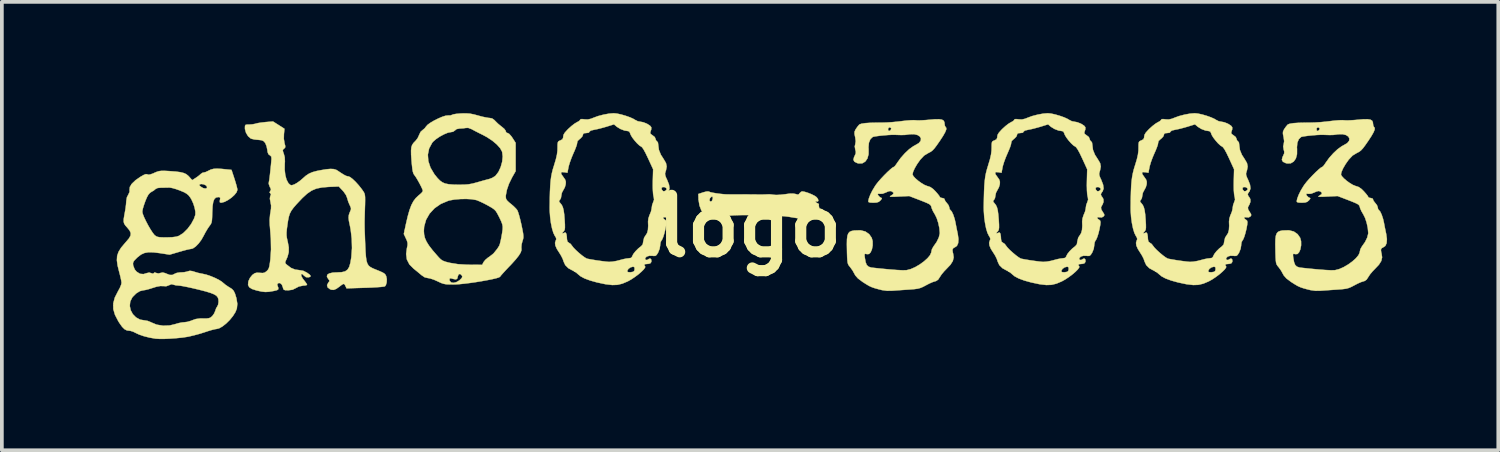
<source format=kicad_pcb>
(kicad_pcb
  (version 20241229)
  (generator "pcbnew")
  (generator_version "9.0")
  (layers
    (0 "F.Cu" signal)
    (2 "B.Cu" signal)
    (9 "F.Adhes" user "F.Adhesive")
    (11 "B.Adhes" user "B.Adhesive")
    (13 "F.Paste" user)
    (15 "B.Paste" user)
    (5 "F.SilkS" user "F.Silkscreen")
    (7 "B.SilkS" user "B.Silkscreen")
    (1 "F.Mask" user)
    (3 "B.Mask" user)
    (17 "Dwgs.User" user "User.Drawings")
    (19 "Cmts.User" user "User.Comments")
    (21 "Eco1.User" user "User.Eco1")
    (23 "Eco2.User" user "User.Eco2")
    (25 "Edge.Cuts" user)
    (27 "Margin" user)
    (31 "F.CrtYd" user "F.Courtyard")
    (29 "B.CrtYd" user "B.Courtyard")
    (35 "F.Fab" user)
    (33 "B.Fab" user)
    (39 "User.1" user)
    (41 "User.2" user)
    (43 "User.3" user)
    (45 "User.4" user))
  (footprint "logo"
    (layer "F.Cu")
    (at 17.171 3.053)
    (property "Reference" "logo" (at 0 0 0) (layer "F.SilkS") (effects (font (size 1.524 1.524) (thickness 0.3))))
    (attr through_hole)
    (fp_poly (pts (xy 1.488 -0.928) (xy 1.578 -0.9) (xy 1.674 -0.861) (xy 1.757 -0.819) (xy 1.806 -0.784) (xy 1.842 -0.736) (xy 1.854 -0.692) (xy 1.841 -0.668) (xy 1.816 -0.67) (xy 1.783 -0.671) (xy 1.778 -0.661) (xy 1.799 -0.636) (xy 1.829 -0.622) (xy 1.865 -0.602) (xy 1.868 -0.586) (xy 1.866 -0.55) (xy 1.878 -0.49) (xy 1.879 -0.485) (xy 1.889 -0.429) (xy 1.875 -0.382) (xy 1.831 -0.324) (xy 1.827 -0.32) (xy 1.765 -0.263) (xy 1.7 -0.226) (xy 1.683 -0.221) (xy 1.61 -0.206) (xy 1.562 -0.196) (xy 1.51 -0.193) (xy 1.429 -0.198) (xy 1.359 -0.207) (xy 1.241 -0.225) (xy 1.113 -0.246) (xy 1.054 -0.256) (xy 0.958 -0.268) (xy 0.825 -0.279) (xy 0.661 -0.287) (xy 0.478 -0.294) (xy 0.284 -0.299) (xy 0.089 -0.301) (xy -0.099 -0.302) (xy -0.271 -0.3) (xy -0.416 -0.295) (xy -0.526 -0.288) (xy -0.578 -0.281) (xy -0.645 -0.271) (xy -0.677 -0.277) (xy -0.686 -0.301) (xy -0.686 -0.308) (xy -0.705 -0.345) (xy -0.747 -0.356) (xy -0.79 -0.338) (xy -0.805 -0.319) (xy -0.845 -0.295) (xy -0.933 -0.28) (xy -0.996 -0.276) (xy -1.091 -0.274) (xy -1.153 -0.281) (xy -1.196 -0.3) (xy -1.23 -0.328) (xy -1.302 -0.426) (xy -1.353 -0.56) (xy -1.377 -0.711) (xy -1.084 -0.711) (xy -1.077 -0.682) (xy -1.047 -0.664) (xy -1.016 -0.685) (xy -0.996 -0.738) (xy -0.995 -0.745) (xy -0.996 -0.792) (xy -1.018 -0.8) (xy -1.025 -0.798) (xy -1.067 -0.762) (xy -1.084 -0.711) (xy -1.377 -0.711) (xy -1.378 -0.715) (xy -1.379 -0.733) (xy -1.384 -0.87) (xy -1.252 -0.914) (xy -1.165 -0.937) (xy -1.109 -0.939) (xy -1.096 -0.934) (xy -1.06 -0.919) (xy -0.987 -0.903) (xy -0.891 -0.887) (xy -0.785 -0.873) (xy -0.682 -0.863) (xy -0.598 -0.859) (xy -0.584 -0.859) (xy -0.51 -0.86) (xy -0.398 -0.86) (xy -0.262 -0.86) (xy -0.115 -0.859) (xy 0.031 -0.858) (xy 0.161 -0.857) (xy 0.229 -0.856) (xy 0.329 -0.856) (xy 0.419 -0.857) (xy 0.47 -0.86) (xy 0.548 -0.861) (xy 0.636 -0.851) (xy 0.644 -0.849) (xy 0.719 -0.844) (xy 0.826 -0.849) (xy 0.943 -0.862) (xy 0.952 -0.863) (xy 1.078 -0.88) (xy 1.168 -0.882) (xy 1.234 -0.871) (xy 1.241 -0.869) (xy 1.299 -0.854) (xy 1.33 -0.865) (xy 1.347 -0.89) (xy 1.389 -0.93) (xy 1.422 -0.94) (xy 1.488 -0.928)) (stroke (width 0.01) (type solid)) (fill yes) (layer "F.SilkS"))
    (fp_poly (pts (xy -7.546 -3.038) (xy -7.436 -3.016) (xy -7.329 -2.987) (xy -7.218 -2.957) (xy -7.115 -2.935) (xy -7.038 -2.922) (xy -7.017 -2.921) (xy -6.946 -2.908) (xy -6.883 -2.862) (xy -6.858 -2.836) (xy -6.788 -2.767) (xy -6.705 -2.698) (xy -6.681 -2.68) (xy -6.619 -2.628) (xy -6.583 -2.579) (xy -6.579 -2.562) (xy -6.559 -2.522) (xy -6.53 -2.515) (xy -6.486 -2.492) (xy -6.429 -2.428) (xy -6.397 -2.382) (xy -6.312 -2.249) (xy -6.312 -1.486) (xy -6.41 -1.314) (xy -6.492 -1.146) (xy -6.549 -0.98) (xy -6.577 -0.832) (xy -6.578 -0.794) (xy -6.572 -0.743) (xy -6.546 -0.698) (xy -6.492 -0.645) (xy -6.445 -0.607) (xy -6.368 -0.542) (xy -6.303 -0.477) (xy -6.268 -0.434) (xy -6.247 -0.384) (xy -6.219 -0.295) (xy -6.189 -0.181) (xy -6.159 -0.053) (xy -6.156 -0.04) (xy -6.129 0.094) (xy -6.111 0.19) (xy -6.104 0.258) (xy -6.104 0.309) (xy -6.113 0.354) (xy -6.129 0.403) (xy -6.151 0.488) (xy -6.158 0.565) (xy -6.156 0.589) (xy -6.155 0.645) (xy -6.177 0.71) (xy -6.226 0.79) (xy -6.305 0.89) (xy -6.417 1.015) (xy -6.491 1.092) (xy -6.578 1.184) (xy -6.652 1.265) (xy -6.706 1.326) (xy -6.732 1.36) (xy -6.733 1.362) (xy -6.763 1.38) (xy -6.834 1.402) (xy -6.94 1.427) (xy -7.071 1.453) (xy -7.22 1.48) (xy -7.378 1.506) (xy -7.537 1.529) (xy -7.69 1.548) (xy -7.826 1.562) (xy -7.94 1.569) (xy -7.976 1.57) (xy -8.098 1.569) (xy -8.186 1.565) (xy -8.255 1.552) (xy -8.321 1.53) (xy -8.399 1.494) (xy -8.42 1.484) (xy -8.517 1.441) (xy -8.598 1.414) (xy -8.096 1.414) (xy -8.094 1.458) (xy -8.091 1.471) (xy -8.054 1.514) (xy -7.991 1.527) (xy -7.913 1.509) (xy -7.833 1.463) (xy -7.817 1.449) (xy -7.766 1.398) (xy -7.751 1.362) (xy -7.762 1.329) (xy -7.805 1.288) (xy -7.845 1.293) (xy -7.869 1.341) (xy -7.87 1.346) (xy -7.887 1.412) (xy -7.922 1.435) (xy -7.987 1.423) (xy -7.998 1.42) (xy -8.066 1.402) (xy -8.096 1.414) (xy -8.598 1.414) (xy -8.608 1.41) (xy -8.675 1.397) (xy -8.68 1.397) (xy -8.765 1.377) (xy -8.855 1.316) (xy -8.858 1.313) (xy -8.939 1.245) (xy -9.029 1.171) (xy -9.062 1.145) (xy -9.177 1.03) (xy -9.245 0.898) (xy -9.265 0.748) (xy -9.245 0.594) (xy -9.227 0.51) (xy -9.227 0.449) (xy -9.245 0.387) (xy -9.27 0.332) (xy -9.328 0.208) (xy -9.31 0.124) (xy -8.788 0.124) (xy -8.781 0.224) (xy -8.759 0.318) (xy -8.716 0.415) (xy -8.65 0.521) (xy -8.556 0.643) (xy -8.429 0.79) (xy -8.382 0.843) (xy -8.332 0.893) (xy -8.28 0.928) (xy -8.212 0.955) (xy -8.114 0.981) (xy -8.077 0.989) (xy -7.867 1.023) (xy -7.615 1.038) (xy -7.538 1.039) (xy -7.215 1.041) (xy -7.176 0.966) (xy -7.131 0.909) (xy -7.061 0.849) (xy -7.021 0.823) (xy -6.909 0.735) (xy -6.804 0.605) (xy -6.753 0.523) (xy -6.737 0.478) (xy -6.717 0.398) (xy -6.696 0.298) (xy -6.678 0.193) (xy -6.664 0.097) (xy -6.662 0.076) (xy -6.66 0.011) (xy -6.672 -0.054) (xy -6.701 -0.132) (xy -6.751 -0.238) (xy -6.753 -0.242) (xy -6.803 -0.338) (xy -6.843 -0.404) (xy -6.888 -0.452) (xy -6.949 -0.496) (xy -7.039 -0.548) (xy -7.066 -0.563) (xy -7.172 -0.619) (xy -7.274 -0.667) (xy -7.355 -0.701) (xy -7.379 -0.708) (xy -7.496 -0.729) (xy -7.644 -0.737) (xy -7.805 -0.734) (xy -7.961 -0.721) (xy -8.095 -0.697) (xy -8.13 -0.687) (xy -8.33 -0.603) (xy -8.499 -0.486) (xy -8.633 -0.341) (xy -8.728 -0.175) (xy -8.78 0.008) (xy -8.788 0.124) (xy -9.31 0.124) (xy -9.272 -0.055) (xy -9.223 -0.266) (xy -9.175 -0.435) (xy -9.125 -0.569) (xy -9.07 -0.674) (xy -9.005 -0.76) (xy -8.926 -0.834) (xy -8.902 -0.853) (xy -8.848 -0.902) (xy -8.817 -0.944) (xy -8.814 -0.955) (xy -8.826 -0.995) (xy -8.858 -1.066) (xy -8.903 -1.153) (xy -8.953 -1.243) (xy -9.001 -1.323) (xy -9.041 -1.379) (xy -9.047 -1.386) (xy -9.068 -1.42) (xy -9.085 -1.475) (xy -9.099 -1.558) (xy -9.112 -1.679) (xy -9.12 -1.772) (xy -9.131 -1.927) (xy -9.131 -1.932) (xy -8.68 -1.932) (xy -8.668 -1.759) (xy -8.609 -1.581) (xy -8.504 -1.404) (xy -8.419 -1.299) (xy -8.353 -1.232) (xy -8.287 -1.184) (xy -8.212 -1.152) (xy -8.117 -1.133) (xy -7.99 -1.123) (xy -7.845 -1.12) (xy -7.7 -1.122) (xy -7.583 -1.131) (xy -7.474 -1.151) (xy -7.35 -1.184) (xy -7.236 -1.217) (xy -7.128 -1.247) (xy -7.044 -1.269) (xy -7.023 -1.274) (xy -6.938 -1.307) (xy -6.862 -1.356) (xy -6.853 -1.363) (xy -6.776 -1.464) (xy -6.715 -1.595) (xy -6.675 -1.739) (xy -6.66 -1.881) (xy -6.675 -2.003) (xy -6.678 -2.013) (xy -6.729 -2.106) (xy -6.819 -2.206) (xy -6.94 -2.308) (xy -7.084 -2.403) (xy -7.189 -2.46) (xy -7.296 -2.513) (xy -7.396 -2.564) (xy -7.473 -2.605) (xy -7.493 -2.617) (xy -7.591 -2.654) (xy -7.654 -2.652) (xy -7.732 -2.641) (xy -7.818 -2.637) (xy -7.819 -2.637) (xy -7.905 -2.621) (xy -7.945 -2.588) (xy -8 -2.549) (xy -8.056 -2.54) (xy -8.139 -2.524) (xy -8.243 -2.481) (xy -8.355 -2.421) (xy -8.459 -2.351) (xy -8.54 -2.28) (xy -8.563 -2.252) (xy -8.646 -2.098) (xy -8.68 -1.932) (xy -9.131 -1.932) (xy -9.133 -2.041) (xy -9.125 -2.126) (xy -9.105 -2.19) (xy -9.069 -2.245) (xy -9.016 -2.3) (xy -9.006 -2.31) (xy -8.954 -2.378) (xy -8.916 -2.46) (xy -8.915 -2.464) (xy -8.875 -2.547) (xy -8.826 -2.591) (xy -8.766 -2.64) (xy -8.73 -2.688) (xy -8.689 -2.735) (xy -8.612 -2.791) (xy -8.512 -2.85) (xy -8.402 -2.905) (xy -8.295 -2.951) (xy -8.203 -2.981) (xy -8.138 -2.988) (xy -8.137 -2.988) (xy -8.073 -2.988) (xy -8.03 -3.004) (xy -8.03 -3.004) (xy -7.993 -3.018) (xy -7.919 -3.031) (xy -7.821 -3.04) (xy -7.779 -3.043) (xy -7.652 -3.045) (xy -7.546 -3.038)) (stroke (width 0.01) (type solid)) (fill yes) (layer "F.SilkS"))
    (fp_poly (pts (xy -12.702 -2.728) (xy -12.548 -2.629) (xy -12.562 -2.486) (xy -12.565 -2.359) (xy -12.547 -2.244) (xy -12.545 -2.236) (xy -12.527 -2.166) (xy -12.528 -2.127) (xy -12.55 -2.1) (xy -12.559 -2.093) (xy -12.587 -2.068) (xy -12.593 -2.038) (xy -12.578 -1.986) (xy -12.566 -1.955) (xy -12.541 -1.862) (xy -12.536 -1.749) (xy -12.54 -1.682) (xy -12.542 -1.528) (xy -12.526 -1.383) (xy -12.493 -1.259) (xy -12.446 -1.169) (xy -12.431 -1.151) (xy -12.389 -1.114) (xy -12.353 -1.105) (xy -12.301 -1.121) (xy -12.277 -1.13) (xy -12.207 -1.17) (xy -12.123 -1.23) (xy -12.065 -1.28) (xy -11.972 -1.362) (xy -11.887 -1.418) (xy -11.793 -1.459) (xy -11.675 -1.491) (xy -11.585 -1.509) (xy -11.426 -1.536) (xy -11.307 -1.547) (xy -11.218 -1.542) (xy -11.15 -1.521) (xy -11.123 -1.505) (xy -11.016 -1.434) (xy -10.942 -1.388) (xy -10.89 -1.361) (xy -10.853 -1.349) (xy -10.826 -1.346) (xy -10.779 -1.327) (xy -10.71 -1.275) (xy -10.629 -1.198) (xy -10.545 -1.105) (xy -10.465 -1.004) (xy -10.435 -0.961) (xy -10.408 -0.921) (xy -10.39 -0.885) (xy -10.379 -0.844) (xy -10.373 -0.786) (xy -10.372 -0.705) (xy -10.374 -0.589) (xy -10.378 -0.475) (xy -10.382 -0.332) (xy -10.385 -0.222) (xy -10.387 -0.131) (xy -10.387 -0.051) (xy -10.386 0.03) (xy -10.384 0.123) (xy -10.379 0.239) (xy -10.374 0.388) (xy -10.369 0.5) (xy -10.361 0.684) (xy -10.35 0.825) (xy -10.335 0.93) (xy -10.312 1.006) (xy -10.278 1.061) (xy -10.23 1.101) (xy -10.166 1.135) (xy -10.107 1.16) (xy -9.99 1.207) (xy -9.911 1.242) (xy -9.861 1.27) (xy -9.831 1.297) (xy -9.812 1.329) (xy -9.804 1.347) (xy -9.787 1.425) (xy -9.791 1.512) (xy -9.812 1.586) (xy -9.837 1.62) (xy -9.871 1.628) (xy -9.947 1.637) (xy -10.058 1.645) (xy -10.195 1.653) (xy -10.349 1.659) (xy -10.37 1.659) (xy -10.873 1.675) (xy -10.902 1.612) (xy -10.925 1.568) (xy -10.951 1.554) (xy -10.99 1.571) (xy -11.055 1.62) (xy -11.06 1.625) (xy -11.149 1.688) (xy -11.218 1.716) (xy -11.281 1.713) (xy -11.321 1.697) (xy -11.384 1.648) (xy -11.399 1.587) (xy -11.365 1.522) (xy -11.335 1.482) (xy -11.342 1.451) (xy -11.363 1.427) (xy -11.402 1.362) (xy -11.394 1.31) (xy -11.34 1.273) (xy -11.241 1.25) (xy -11.125 1.245) (xy -11.003 1.239) (xy -10.912 1.217) (xy -10.847 1.172) (xy -10.801 1.097) (xy -10.769 0.986) (xy -10.743 0.83) (xy -10.743 0.824) (xy -10.726 0.588) (xy -10.733 0.334) (xy -10.762 0.087) (xy -10.783 -0.021) (xy -10.809 -0.143) (xy -10.818 -0.232) (xy -10.811 -0.303) (xy -10.788 -0.37) (xy -10.78 -0.389) (xy -10.756 -0.446) (xy -10.754 -0.491) (xy -10.776 -0.548) (xy -10.789 -0.574) (xy -10.826 -0.66) (xy -10.852 -0.747) (xy -10.856 -0.762) (xy -10.888 -0.842) (xy -10.951 -0.933) (xy -10.977 -0.962) (xy -11.082 -1.073) (xy -11.351 -1.062) (xy -11.535 -1.047) (xy -11.685 -1.017) (xy -11.813 -0.963) (xy -11.934 -0.881) (xy -12.063 -0.763) (xy -12.107 -0.717) (xy -12.221 -0.596) (xy -12.304 -0.5) (xy -12.363 -0.419) (xy -12.404 -0.34) (xy -12.431 -0.254) (xy -12.452 -0.149) (xy -12.467 -0.049) (xy -12.484 0.078) (xy -12.492 0.17) (xy -12.492 0.243) (xy -12.484 0.311) (xy -12.467 0.39) (xy -12.46 0.418) (xy -12.432 0.57) (xy -12.433 0.698) (xy -12.465 0.821) (xy -12.496 0.893) (xy -12.523 0.954) (xy -12.527 0.99) (xy -12.505 1.02) (xy -12.487 1.036) (xy -12.371 1.124) (xy -12.258 1.17) (xy -12.166 1.181) (xy -12.04 1.202) (xy -11.94 1.253) (xy -11.868 1.306) (xy -11.841 1.342) (xy -11.857 1.365) (xy -11.902 1.378) (xy -11.967 1.373) (xy -12.025 1.328) (xy -12.066 1.289) (xy -12.089 1.288) (xy -12.098 1.305) (xy -12.091 1.349) (xy -12.052 1.416) (xy -12.026 1.449) (xy -11.977 1.512) (xy -11.945 1.56) (xy -11.938 1.577) (xy -11.961 1.592) (xy -12.017 1.6) (xy -12.038 1.6) (xy -12.16 1.625) (xy -12.233 1.664) (xy -12.33 1.712) (xy -12.442 1.727) (xy -12.45 1.727) (xy -12.525 1.725) (xy -12.564 1.713) (xy -12.582 1.682) (xy -12.589 1.652) (xy -12.619 1.573) (xy -12.666 1.533) (xy -12.715 1.534) (xy -12.743 1.565) (xy -12.738 1.594) (xy -12.714 1.66) (xy -12.714 1.699) (xy -12.747 1.723) (xy -12.82 1.742) (xy -12.846 1.747) (xy -12.963 1.767) (xy -13.062 1.773) (xy -13.162 1.762) (xy -13.287 1.735) (xy -13.307 1.73) (xy -13.425 1.691) (xy -13.497 1.645) (xy -13.529 1.584) (xy -13.524 1.504) (xy -13.516 1.474) (xy -13.476 1.39) (xy -13.416 1.316) (xy -13.408 1.309) (xy -13.35 1.268) (xy -13.293 1.253) (xy -13.212 1.257) (xy -13.212 1.257) (xy -13.131 1.262) (xy -13.077 1.248) (xy -13.026 1.21) (xy -12.994 1.176) (xy -12.971 1.136) (xy -12.954 1.076) (xy -12.94 0.987) (xy -12.927 0.888) (xy -12.91 0.628) (xy -12.915 0.33) (xy -12.941 -0.002) (xy -12.944 -0.035) (xy -12.948 -0.17) (xy -12.935 -0.319) (xy -12.927 -0.362) (xy -12.91 -0.475) (xy -12.908 -0.561) (xy -12.922 -0.641) (xy -12.924 -0.652) (xy -12.941 -0.74) (xy -12.934 -0.8) (xy -12.926 -0.817) (xy -12.911 -0.864) (xy -12.931 -0.89) (xy -12.951 -0.914) (xy -12.931 -0.95) (xy -12.93 -0.95) (xy -12.912 -0.987) (xy -12.924 -1.03) (xy -12.941 -1.057) (xy -12.972 -1.143) (xy -12.968 -1.19) (xy -12.957 -1.249) (xy -12.944 -1.35) (xy -12.929 -1.486) (xy -12.912 -1.649) (xy -12.897 -1.816) (xy -12.903 -1.879) (xy -12.94 -1.914) (xy -12.945 -1.916) (xy -12.981 -1.945) (xy -13.002 -2.001) (xy -13.011 -2.064) (xy -13.029 -2.154) (xy -13.06 -2.233) (xy -13.074 -2.256) (xy -13.113 -2.298) (xy -13.164 -2.32) (xy -13.244 -2.33) (xy -13.261 -2.331) (xy -13.351 -2.34) (xy -13.428 -2.357) (xy -13.457 -2.367) (xy -13.528 -2.428) (xy -13.584 -2.52) (xy -13.613 -2.622) (xy -13.614 -2.651) (xy -13.612 -2.708) (xy -13.596 -2.735) (xy -13.552 -2.743) (xy -13.502 -2.743) (xy -13.415 -2.749) (xy -13.339 -2.763) (xy -13.324 -2.768) (xy -13.267 -2.782) (xy -13.178 -2.796) (xy -13.074 -2.808) (xy -13.058 -2.81) (xy -12.857 -2.826) (xy -12.702 -2.728)) (stroke (width 0.01) (type solid)) (fill yes) (layer "F.SilkS"))
    (fp_poly (pts (xy 5.189 -2.875) (xy 5.235 -2.847) (xy 5.255 -2.803) (xy 5.258 -2.771) (xy 5.266 -2.712) (xy 5.283 -2.68) (xy 5.305 -2.652) (xy 5.302 -2.606) (xy 5.274 -2.536) (xy 5.218 -2.437) (xy 5.132 -2.305) (xy 5.127 -2.298) (xy 5.047 -2.183) (xy 4.986 -2.102) (xy 4.936 -2.048) (xy 4.889 -2.011) (xy 4.836 -1.983) (xy 4.823 -1.977) (xy 4.707 -1.907) (xy 4.603 -1.796) (xy 4.601 -1.794) (xy 4.518 -1.676) (xy 4.452 -1.563) (xy 4.409 -1.466) (xy 4.394 -1.399) (xy 4.415 -1.354) (xy 4.469 -1.294) (xy 4.545 -1.228) (xy 4.631 -1.166) (xy 4.716 -1.115) (xy 4.789 -1.085) (xy 4.803 -1.082) (xy 4.875 -1.057) (xy 4.952 -1.002) (xy 5.013 -0.941) (xy 5.072 -0.874) (xy 5.115 -0.819) (xy 5.131 -0.788) (xy 5.153 -0.769) (xy 5.194 -0.762) (xy 5.245 -0.749) (xy 5.258 -0.725) (xy 5.275 -0.683) (xy 5.316 -0.63) (xy 5.321 -0.625) (xy 5.365 -0.568) (xy 5.385 -0.514) (xy 5.385 -0.511) (xy 5.396 -0.461) (xy 5.41 -0.444) (xy 5.452 -0.397) (xy 5.493 -0.31) (xy 5.53 -0.197) (xy 5.552 -0.102) (xy 5.574 0.015) (xy 5.599 0.138) (xy 5.614 0.208) (xy 5.633 0.346) (xy 5.625 0.455) (xy 5.591 0.53) (xy 5.551 0.558) (xy 5.493 0.59) (xy 5.471 0.633) (xy 5.48 0.704) (xy 5.488 0.733) (xy 5.504 0.838) (xy 5.481 0.937) (xy 5.417 1.038) (xy 5.322 1.138) (xy 5.245 1.218) (xy 5.176 1.301) (xy 5.133 1.367) (xy 5.085 1.44) (xy 5.03 1.477) (xy 4.998 1.486) (xy 4.934 1.507) (xy 4.845 1.546) (xy 4.751 1.595) (xy 4.75 1.596) (xy 4.671 1.637) (xy 4.604 1.665) (xy 4.533 1.684) (xy 4.443 1.696) (xy 4.319 1.706) (xy 4.305 1.707) (xy 4.168 1.716) (xy 4.026 1.726) (xy 3.903 1.735) (xy 3.848 1.739) (xy 3.707 1.741) (xy 3.571 1.722) (xy 3.482 1.7) (xy 3.374 1.67) (xy 3.294 1.642) (xy 3.224 1.61) (xy 3.149 1.566) (xy 3.05 1.503) (xy 3.031 1.489) (xy 2.921 1.406) (xy 2.851 1.326) (xy 2.827 1.283) (xy 2.778 1.194) (xy 2.717 1.109) (xy 2.708 1.098) (xy 2.679 1.063) (xy 2.659 1.03) (xy 2.645 0.988) (xy 2.637 0.929) (xy 2.631 0.841) (xy 2.627 0.716) (xy 2.626 0.658) (xy 2.623 0.482) (xy 2.626 0.351) (xy 2.638 0.256) (xy 2.662 0.192) (xy 2.698 0.151) (xy 2.751 0.128) (xy 2.823 0.114) (xy 2.827 0.114) (xy 2.991 0.109) (xy 3.122 0.142) (xy 3.224 0.213) (xy 3.293 0.312) (xy 3.318 0.403) (xy 3.319 0.515) (xy 3.298 0.626) (xy 3.263 0.704) (xy 3.221 0.748) (xy 3.17 0.753) (xy 3.157 0.75) (xy 3.118 0.743) (xy 3.101 0.754) (xy 3.101 0.796) (xy 3.108 0.852) (xy 3.129 0.969) (xy 3.159 1.045) (xy 3.207 1.09) (xy 3.279 1.114) (xy 3.328 1.12) (xy 3.574 1.146) (xy 3.79 1.166) (xy 3.971 1.18) (xy 4.112 1.187) (xy 4.21 1.186) (xy 4.238 1.184) (xy 4.348 1.155) (xy 4.468 1.102) (xy 4.589 1.031) (xy 4.702 0.949) (xy 4.798 0.863) (xy 4.867 0.78) (xy 4.9 0.706) (xy 4.902 0.688) (xy 4.919 0.617) (xy 4.96 0.545) (xy 4.962 0.542) (xy 5.044 0.426) (xy 5.102 0.307) (xy 5.129 0.201) (xy 5.13 0.178) (xy 5.118 0.048) (xy 5.088 -0.092) (xy 5.046 -0.222) (xy 4.996 -0.323) (xy 4.991 -0.33) (xy 4.945 -0.409) (xy 4.911 -0.488) (xy 4.905 -0.511) (xy 4.895 -0.545) (xy 4.876 -0.573) (xy 4.84 -0.6) (xy 4.779 -0.63) (xy 4.684 -0.669) (xy 4.597 -0.703) (xy 4.305 -0.815) (xy 4.026 -0.802) (xy 3.905 -0.796) (xy 3.829 -0.795) (xy 3.791 -0.798) (xy 3.785 -0.806) (xy 3.804 -0.82) (xy 3.816 -0.827) (xy 3.873 -0.867) (xy 3.88 -0.903) (xy 3.839 -0.938) (xy 3.836 -0.94) (xy 3.79 -0.951) (xy 3.732 -0.937) (xy 3.68 -0.913) (xy 3.589 -0.878) (xy 3.517 -0.874) (xy 3.515 -0.875) (xy 3.469 -0.878) (xy 3.454 -0.866) (xy 3.473 -0.826) (xy 3.515 -0.784) (xy 3.558 -0.762) (xy 3.562 -0.762) (xy 3.566 -0.746) (xy 3.539 -0.708) (xy 3.531 -0.699) (xy 3.484 -0.659) (xy 3.426 -0.64) (xy 3.339 -0.635) (xy 3.336 -0.635) (xy 3.253 -0.639) (xy 3.211 -0.651) (xy 3.2 -0.673) (xy 3.215 -0.745) (xy 3.253 -0.846) (xy 3.309 -0.96) (xy 3.378 -1.075) (xy 3.413 -1.127) (xy 3.471 -1.201) (xy 3.547 -1.287) (xy 3.631 -1.376) (xy 3.715 -1.46) (xy 3.792 -1.531) (xy 3.853 -1.581) (xy 3.889 -1.6) (xy 3.89 -1.6) (xy 3.915 -1.62) (xy 3.954 -1.67) (xy 3.981 -1.711) (xy 4.076 -1.843) (xy 4.187 -1.968) (xy 4.303 -2.077) (xy 4.414 -2.157) (xy 4.467 -2.186) (xy 4.563 -2.242) (xy 4.614 -2.304) (xy 4.622 -2.365) (xy 4.593 -2.42) (xy 4.529 -2.461) (xy 4.436 -2.484) (xy 4.316 -2.481) (xy 4.285 -2.476) (xy 4.194 -2.464) (xy 4.091 -2.461) (xy 3.959 -2.465) (xy 3.918 -2.467) (xy 3.846 -2.467) (xy 3.746 -2.462) (xy 3.633 -2.453) (xy 3.52 -2.442) (xy 3.421 -2.429) (xy 3.349 -2.417) (xy 3.321 -2.409) (xy 3.257 -2.349) (xy 3.217 -2.252) (xy 3.206 -2.129) (xy 3.209 -2.084) (xy 3.208 -1.943) (xy 3.177 -1.828) (xy 3.119 -1.745) (xy 3.04 -1.698) (xy 2.942 -1.694) (xy 2.903 -1.704) (xy 2.829 -1.74) (xy 2.8 -1.791) (xy 2.816 -1.862) (xy 2.833 -1.897) (xy 2.863 -1.966) (xy 2.863 -2.022) (xy 2.851 -2.06) (xy 2.836 -2.155) (xy 2.849 -2.211) (xy 2.862 -2.294) (xy 2.848 -2.4) (xy 2.845 -2.413) (xy 2.829 -2.492) (xy 2.83 -2.547) (xy 2.852 -2.599) (xy 2.863 -2.616) (xy 3.734 -2.616) (xy 3.746 -2.572) (xy 3.778 -2.573) (xy 3.807 -2.599) (xy 3.821 -2.641) (xy 3.791 -2.665) (xy 3.768 -2.667) (xy 3.74 -2.646) (xy 3.734 -2.616) (xy 2.863 -2.616) (xy 2.868 -2.626) (xy 2.913 -2.69) (xy 2.955 -2.739) (xy 2.961 -2.745) (xy 3.014 -2.765) (xy 3.114 -2.781) (xy 3.261 -2.791) (xy 3.451 -2.795) (xy 3.581 -2.795) (xy 3.699 -2.799) (xy 3.846 -2.808) (xy 3.999 -2.823) (xy 4.098 -2.835) (xy 4.225 -2.85) (xy 4.34 -2.859) (xy 4.43 -2.862) (xy 4.479 -2.859) (xy 4.537 -2.855) (xy 4.631 -2.857) (xy 4.747 -2.864) (xy 4.839 -2.872) (xy 4.997 -2.886) (xy 5.112 -2.887) (xy 5.189 -2.875)) (stroke (width 0.01) (type solid)) (fill yes) (layer "F.SilkS"))
    (fp_poly (pts (xy 16.746 -2.875) (xy 16.792 -2.847) (xy 16.812 -2.803) (xy 16.815 -2.771) (xy 16.823 -2.712) (xy 16.84 -2.68) (xy 16.862 -2.652) (xy 16.859 -2.606) (xy 16.831 -2.536) (xy 16.775 -2.437) (xy 16.689 -2.305) (xy 16.684 -2.298) (xy 16.604 -2.183) (xy 16.543 -2.102) (xy 16.493 -2.048) (xy 16.446 -2.011) (xy 16.393 -1.983) (xy 16.38 -1.977) (xy 16.264 -1.907) (xy 16.16 -1.796) (xy 16.158 -1.794) (xy 16.075 -1.676) (xy 16.009 -1.563) (xy 15.966 -1.466) (xy 15.951 -1.399) (xy 15.972 -1.354) (xy 16.026 -1.294) (xy 16.102 -1.228) (xy 16.188 -1.166) (xy 16.273 -1.115) (xy 16.346 -1.085) (xy 16.36 -1.082) (xy 16.432 -1.057) (xy 16.509 -1.002) (xy 16.57 -0.941) (xy 16.629 -0.874) (xy 16.672 -0.819) (xy 16.688 -0.788) (xy 16.71 -0.769) (xy 16.751 -0.762) (xy 16.802 -0.749) (xy 16.815 -0.725) (xy 16.832 -0.683) (xy 16.873 -0.63) (xy 16.878 -0.625) (xy 16.922 -0.568) (xy 16.942 -0.514) (xy 16.942 -0.511) (xy 16.953 -0.461) (xy 16.967 -0.444) (xy 17.009 -0.397) (xy 17.05 -0.31) (xy 17.087 -0.197) (xy 17.109 -0.102) (xy 17.131 0.015) (xy 17.156 0.138) (xy 17.171 0.208) (xy 17.19 0.346) (xy 17.182 0.455) (xy 17.148 0.53) (xy 17.108 0.558) (xy 17.05 0.59) (xy 17.028 0.633) (xy 17.037 0.704) (xy 17.045 0.733) (xy 17.061 0.838) (xy 17.038 0.937) (xy 16.974 1.038) (xy 16.879 1.138) (xy 16.802 1.218) (xy 16.733 1.301) (xy 16.69 1.367) (xy 16.642 1.44) (xy 16.587 1.477) (xy 16.555 1.486) (xy 16.491 1.507) (xy 16.402 1.546) (xy 16.308 1.595) (xy 16.307 1.596) (xy 16.228 1.637) (xy 16.161 1.665) (xy 16.09 1.684) (xy 16 1.696) (xy 15.876 1.706) (xy 15.862 1.707) (xy 15.725 1.716) (xy 15.583 1.726) (xy 15.46 1.735) (xy 15.405 1.739) (xy 15.264 1.741) (xy 15.128 1.722) (xy 15.039 1.7) (xy 14.931 1.67) (xy 14.851 1.642) (xy 14.781 1.61) (xy 14.706 1.566) (xy 14.607 1.503) (xy 14.588 1.489) (xy 14.478 1.406) (xy 14.408 1.326) (xy 14.384 1.283) (xy 14.335 1.194) (xy 14.274 1.109) (xy 14.265 1.098) (xy 14.236 1.063) (xy 14.216 1.03) (xy 14.202 0.988) (xy 14.194 0.929) (xy 14.188 0.841) (xy 14.184 0.716) (xy 14.183 0.658) (xy 14.18 0.482) (xy 14.183 0.351) (xy 14.195 0.256) (xy 14.219 0.192) (xy 14.255 0.151) (xy 14.308 0.128) (xy 14.38 0.114) (xy 14.384 0.114) (xy 14.548 0.109) (xy 14.679 0.142) (xy 14.781 0.213) (xy 14.85 0.312) (xy 14.875 0.403) (xy 14.876 0.515) (xy 14.855 0.626) (xy 14.82 0.704) (xy 14.778 0.748) (xy 14.727 0.753) (xy 14.714 0.75) (xy 14.675 0.743) (xy 14.658 0.754) (xy 14.658 0.796) (xy 14.665 0.852) (xy 14.686 0.969) (xy 14.716 1.045) (xy 14.764 1.09) (xy 14.836 1.114) (xy 14.885 1.12) (xy 15.131 1.146) (xy 15.347 1.166) (xy 15.528 1.18) (xy 15.669 1.187) (xy 15.767 1.186) (xy 15.795 1.184) (xy 15.905 1.155) (xy 16.025 1.102) (xy 16.146 1.031) (xy 16.259 0.949) (xy 16.355 0.863) (xy 16.424 0.78) (xy 16.457 0.706) (xy 16.459 0.688) (xy 16.476 0.617) (xy 16.517 0.545) (xy 16.519 0.542) (xy 16.601 0.426) (xy 16.659 0.307) (xy 16.686 0.201) (xy 16.687 0.178) (xy 16.675 0.048) (xy 16.645 -0.092) (xy 16.603 -0.222) (xy 16.553 -0.323) (xy 16.548 -0.33) (xy 16.502 -0.409) (xy 16.468 -0.488) (xy 16.462 -0.511) (xy 16.452 -0.545) (xy 16.433 -0.573) (xy 16.397 -0.6) (xy 16.336 -0.63) (xy 16.241 -0.669) (xy 16.154 -0.703) (xy 15.862 -0.815) (xy 15.583 -0.802) (xy 15.462 -0.796) (xy 15.386 -0.795) (xy 15.348 -0.798) (xy 15.342 -0.806) (xy 15.361 -0.82) (xy 15.373 -0.827) (xy 15.43 -0.867) (xy 15.437 -0.903) (xy 15.396 -0.938) (xy 15.393 -0.94) (xy 15.347 -0.951) (xy 15.289 -0.937) (xy 15.237 -0.913) (xy 15.146 -0.878) (xy 15.074 -0.874) (xy 15.072 -0.875) (xy 15.026 -0.878) (xy 15.011 -0.866) (xy 15.03 -0.826) (xy 15.072 -0.784) (xy 15.115 -0.762) (xy 15.119 -0.762) (xy 15.123 -0.746) (xy 15.096 -0.708) (xy 15.088 -0.699) (xy 15.041 -0.659) (xy 14.983 -0.64) (xy 14.896 -0.635) (xy 14.893 -0.635) (xy 14.81 -0.639) (xy 14.768 -0.651) (xy 14.757 -0.673) (xy 14.772 -0.745) (xy 14.81 -0.846) (xy 14.866 -0.96) (xy 14.935 -1.075) (xy 14.97 -1.127) (xy 15.028 -1.201) (xy 15.104 -1.287) (xy 15.188 -1.376) (xy 15.272 -1.46) (xy 15.349 -1.531) (xy 15.41 -1.581) (xy 15.446 -1.6) (xy 15.447 -1.6) (xy 15.472 -1.62) (xy 15.511 -1.67) (xy 15.538 -1.711) (xy 15.633 -1.843) (xy 15.744 -1.968) (xy 15.86 -2.077) (xy 15.971 -2.157) (xy 16.024 -2.186) (xy 16.12 -2.242) (xy 16.171 -2.304) (xy 16.179 -2.365) (xy 16.15 -2.42) (xy 16.086 -2.461) (xy 15.993 -2.484) (xy 15.873 -2.481) (xy 15.842 -2.476) (xy 15.751 -2.464) (xy 15.648 -2.461) (xy 15.516 -2.465) (xy 15.475 -2.467) (xy 15.403 -2.467) (xy 15.303 -2.462) (xy 15.19 -2.453) (xy 15.077 -2.442) (xy 14.978 -2.429) (xy 14.906 -2.417) (xy 14.878 -2.409) (xy 14.814 -2.349) (xy 14.774 -2.252) (xy 14.763 -2.129) (xy 14.766 -2.084) (xy 14.765 -1.943) (xy 14.734 -1.828) (xy 14.676 -1.745) (xy 14.597 -1.698) (xy 14.499 -1.694) (xy 14.46 -1.704) (xy 14.386 -1.74) (xy 14.357 -1.791) (xy 14.373 -1.862) (xy 14.39 -1.897) (xy 14.42 -1.966) (xy 14.42 -2.022) (xy 14.408 -2.06) (xy 14.393 -2.155) (xy 14.406 -2.211) (xy 14.419 -2.294) (xy 14.405 -2.4) (xy 14.402 -2.413) (xy 14.386 -2.492) (xy 14.387 -2.547) (xy 14.409 -2.599) (xy 14.42 -2.616) (xy 15.291 -2.616) (xy 15.303 -2.572) (xy 15.335 -2.573) (xy 15.364 -2.599) (xy 15.378 -2.641) (xy 15.348 -2.665) (xy 15.325 -2.667) (xy 15.297 -2.646) (xy 15.291 -2.616) (xy 14.42 -2.616) (xy 14.425 -2.626) (xy 14.47 -2.69) (xy 14.512 -2.739) (xy 14.518 -2.745) (xy 14.571 -2.765) (xy 14.671 -2.781) (xy 14.818 -2.791) (xy 15.008 -2.795) (xy 15.138 -2.795) (xy 15.256 -2.799) (xy 15.403 -2.808) (xy 15.556 -2.823) (xy 15.655 -2.835) (xy 15.782 -2.85) (xy 15.897 -2.859) (xy 15.987 -2.862) (xy 16.036 -2.859) (xy 16.094 -2.855) (xy 16.188 -2.857) (xy 16.304 -2.864) (xy 16.396 -2.872) (xy 16.554 -2.886) (xy 16.669 -2.887) (xy 16.746 -2.875)) (stroke (width 0.01) (type solid)) (fill yes) (layer "F.SilkS"))
    (fp_poly (pts (xy -3.577 -3.039) (xy -3.463 -3.014) (xy -3.34 -2.978) (xy -3.224 -2.937) (xy -3.132 -2.895) (xy -3.092 -2.87) (xy -3.019 -2.833) (xy -2.945 -2.819) (xy -2.873 -2.806) (xy -2.787 -2.773) (xy -2.75 -2.754) (xy -2.683 -2.709) (xy -2.652 -2.668) (xy -2.654 -2.612) (xy -2.682 -2.531) (xy -2.672 -2.491) (xy -2.618 -2.452) (xy -2.559 -2.406) (xy -2.54 -2.361) (xy -2.523 -2.312) (xy -2.502 -2.295) (xy -2.473 -2.257) (xy -2.464 -2.181) (xy -2.447 -2.057) (xy -2.394 -1.928) (xy -2.314 -1.803) (xy -2.256 -1.703) (xy -2.238 -1.611) (xy -2.257 -1.506) (xy -2.266 -1.481) (xy -2.281 -1.428) (xy -2.278 -1.38) (xy -2.257 -1.318) (xy -2.228 -1.257) (xy -2.175 -1.123) (xy -2.161 -1.018) (xy -2.187 -0.943) (xy -2.197 -0.931) (xy -2.229 -0.883) (xy -2.235 -0.856) (xy -2.217 -0.81) (xy -2.197 -0.787) (xy -2.166 -0.732) (xy -2.164 -0.657) (xy -2.19 -0.584) (xy -2.198 -0.573) (xy -2.23 -0.514) (xy -2.226 -0.457) (xy -2.183 -0.385) (xy -2.18 -0.381) (xy -2.146 -0.327) (xy -2.144 -0.291) (xy -2.159 -0.267) (xy -2.21 -0.238) (xy -2.265 -0.242) (xy -2.321 -0.244) (xy -2.336 -0.223) (xy -2.305 -0.189) (xy -2.286 -0.178) (xy -2.254 -0.152) (xy -2.244 -0.11) (xy -2.25 -0.043) (xy -2.271 0.072) (xy -2.299 0.186) (xy -2.329 0.285) (xy -2.359 0.356) (xy -2.378 0.384) (xy -2.401 0.426) (xy -2.413 0.495) (xy -2.413 0.512) (xy -2.428 0.607) (xy -2.466 0.703) (xy -2.47 0.712) (xy -2.509 0.773) (xy -2.543 0.799) (xy -2.591 0.801) (xy -2.619 0.797) (xy -2.705 0.796) (xy -2.775 0.817) (xy -2.815 0.856) (xy -2.819 0.877) (xy -2.802 0.909) (xy -2.762 0.909) (xy -2.723 0.884) (xy -2.685 0.869) (xy -2.657 0.892) (xy -2.649 0.94) (xy -2.653 0.963) (xy -2.68 1.001) (xy -2.736 1.015) (xy -2.758 1.016) (xy -2.824 1.023) (xy -2.843 1.046) (xy -2.818 1.084) (xy -2.82 1.114) (xy -2.857 1.165) (xy -2.922 1.229) (xy -3.005 1.301) (xy -3.101 1.372) (xy -3.199 1.437) (xy -3.289 1.487) (xy -3.434 1.548) (xy -3.566 1.58) (xy -3.705 1.585) (xy -3.867 1.566) (xy -3.899 1.561) (xy -4.116 1.515) (xy -4.302 1.463) (xy -4.454 1.407) (xy -4.563 1.348) (xy -4.609 1.31) (xy -4.68 1.249) (xy -4.741 1.212) (xy -3.302 1.212) (xy -3.285 1.236) (xy -3.23 1.241) (xy -3.207 1.24) (xy -3.143 1.229) (xy -3.113 1.204) (xy -3.103 1.162) (xy -3.105 1.111) (xy -3.132 1.093) (xy -3.152 1.092) (xy -3.216 1.11) (xy -3.272 1.152) (xy -3.301 1.203) (xy -3.302 1.212) (xy -4.741 1.212) (xy -4.759 1.201) (xy -4.775 1.194) (xy -4.889 1.132) (xy -4.973 1.048) (xy -5.018 0.952) (xy -5.019 0.946) (xy -5.043 0.877) (xy -5.087 0.791) (xy -5.123 0.732) (xy -5.199 0.613) (xy -5.24 0.52) (xy -5.249 0.447) (xy -5.232 0.394) (xy -5.215 0.347) (xy -5.226 0.303) (xy -5.255 0.258) (xy -5.294 0.178) (xy -5.33 0.058) (xy -5.36 -0.088) (xy -5.381 -0.25) (xy -5.393 -0.416) (xy -5.394 -0.508) (xy -5.391 -0.683) (xy -5.143 -0.683) (xy -5.132 -0.653) (xy -5.108 -0.625) (xy -5.067 -0.573) (xy -5.038 -0.51) (xy -5.017 -0.427) (xy -5.001 -0.313) (xy -4.99 -0.173) (xy -4.983 -0.051) (xy -4.982 0.032) (xy -4.987 0.084) (xy -5 0.117) (xy -5.013 0.133) (xy -5.049 0.176) (xy -5.047 0.194) (xy -5.008 0.18) (xy -5.007 0.179) (xy -4.968 0.168) (xy -4.947 0.199) (xy -4.943 0.21) (xy -4.932 0.278) (xy -4.928 0.348) (xy -4.916 0.413) (xy -4.878 0.444) (xy -4.877 0.445) (xy -4.827 0.478) (xy -4.792 0.525) (xy -4.754 0.575) (xy -4.689 0.642) (xy -4.609 0.715) (xy -4.525 0.785) (xy -4.448 0.841) (xy -4.392 0.873) (xy -4.381 0.876) (xy -4.271 0.897) (xy -4.142 0.918) (xy -4.01 0.937) (xy -3.892 0.952) (xy -3.803 0.961) (xy -3.785 0.961) (xy -3.698 0.955) (xy -3.59 0.936) (xy -3.505 0.914) (xy -3.407 0.888) (xy -3.317 0.87) (xy -3.26 0.864) (xy -3.199 0.854) (xy -3.17 0.819) (xy -3.166 0.806) (xy -3.136 0.748) (xy -3.078 0.675) (xy -3.006 0.602) (xy -2.931 0.542) (xy -2.927 0.54) (xy -2.883 0.489) (xy -2.87 0.413) (xy -2.846 0.309) (xy -2.807 0.249) (xy -2.766 0.185) (xy -2.743 0.102) (xy -2.736 -0.01) (xy -2.74 -0.127) (xy -2.731 -0.208) (xy -2.702 -0.297) (xy -2.693 -0.317) (xy -2.66 -0.398) (xy -2.643 -0.477) (xy -2.641 -0.494) (xy -2.629 -0.574) (xy -2.603 -0.645) (xy -2.578 -0.714) (xy -2.586 -0.784) (xy -2.592 -0.804) (xy -2.603 -0.867) (xy -2.61 -0.969) (xy -2.612 -1.033) (xy -2.377 -1.033) (xy -2.371 -0.991) (xy -2.363 -0.979) (xy -2.333 -0.946) (xy -2.307 -0.944) (xy -2.275 -0.955) (xy -2.239 -0.987) (xy -2.245 -1.026) (xy -2.289 -1.055) (xy -2.346 -1.058) (xy -2.377 -1.033) (xy -2.612 -1.033) (xy -2.613 -1.1) (xy -2.612 -1.212) (xy -2.603 -1.537) (xy -2.74 -1.834) (xy -2.806 -1.972) (xy -2.861 -2.073) (xy -2.903 -2.132) (xy -2.923 -2.147) (xy -2.973 -2.179) (xy -3.038 -2.24) (xy -3.107 -2.318) (xy -3.168 -2.398) (xy -3.208 -2.467) (xy -3.218 -2.494) (xy -3.242 -2.549) (xy -3.273 -2.566) (xy -3.375 -2.582) (xy -3.485 -2.624) (xy -3.578 -2.681) (xy -3.581 -2.683) (xy -3.659 -2.749) (xy -3.868 -2.684) (xy -3.982 -2.652) (xy -4.095 -2.623) (xy -4.184 -2.605) (xy -4.197 -2.602) (xy -4.279 -2.583) (xy -4.316 -2.557) (xy -4.318 -2.55) (xy -4.342 -2.523) (xy -4.407 -2.515) (xy -4.468 -2.509) (xy -4.493 -2.486) (xy -4.496 -2.465) (xy -4.516 -2.419) (xy -4.565 -2.367) (xy -4.579 -2.357) (xy -4.641 -2.3) (xy -4.653 -2.251) (xy -4.659 -2.209) (xy -4.684 -2.134) (xy -4.722 -2.038) (xy -4.751 -1.974) (xy -4.801 -1.855) (xy -4.846 -1.733) (xy -4.878 -1.628) (xy -4.886 -1.593) (xy -4.915 -1.443) (xy -4.997 -1.457) (xy -5.063 -1.461) (xy -5.089 -1.442) (xy -5.074 -1.397) (xy -5.026 -1.33) (xy -4.977 -1.26) (xy -4.958 -1.2) (xy -4.961 -1.138) (xy -4.984 -1.053) (xy -5.024 -0.978) (xy -5.027 -0.975) (xy -5.065 -0.902) (xy -5.08 -0.825) (xy -5.091 -0.758) (xy -5.119 -0.711) (xy -5.119 -0.71) (xy -5.143 -0.683) (xy -5.391 -0.683) (xy -5.391 -0.742) (xy -5.386 -0.934) (xy -5.378 -1.092) (xy -5.368 -1.222) (xy -5.353 -1.335) (xy -5.333 -1.437) (xy -5.308 -1.537) (xy -5.275 -1.643) (xy -5.274 -1.647) (xy -5.227 -1.803) (xy -5.198 -1.928) (xy -5.184 -2.037) (xy -5.182 -2.112) (xy -5.181 -2.205) (xy -5.174 -2.26) (xy -5.158 -2.29) (xy -5.127 -2.307) (xy -5.105 -2.315) (xy -5.05 -2.345) (xy -5.03 -2.392) (xy -5.029 -2.417) (xy -5.019 -2.468) (xy -4.985 -2.525) (xy -4.919 -2.598) (xy -4.886 -2.631) (xy -4.805 -2.704) (xy -4.725 -2.766) (xy -4.662 -2.804) (xy -4.658 -2.806) (xy -4.601 -2.837) (xy -4.573 -2.867) (xy -4.572 -2.872) (xy -4.553 -2.889) (xy -4.492 -2.889) (xy -4.458 -2.884) (xy -4.365 -2.88) (xy -4.277 -2.9) (xy -4.223 -2.922) (xy -4.094 -2.97) (xy -3.942 -3.01) (xy -3.791 -3.038) (xy -3.665 -3.048) (xy -3.577 -3.039)) (stroke (width 0.01) (type solid)) (fill yes) (layer "F.SilkS"))
    (fp_poly (pts (xy 8.133 -3.039) (xy 8.246 -3.014) (xy 8.369 -2.978) (xy 8.485 -2.937) (xy 8.577 -2.895) (xy 8.618 -2.87) (xy 8.691 -2.833) (xy 8.765 -2.819) (xy 8.836 -2.806) (xy 8.922 -2.773) (xy 8.96 -2.754) (xy 9.027 -2.709) (xy 9.057 -2.668) (xy 9.055 -2.612) (xy 9.028 -2.531) (xy 9.037 -2.491) (xy 9.091 -2.452) (xy 9.15 -2.406) (xy 9.169 -2.361) (xy 9.186 -2.312) (xy 9.207 -2.295) (xy 9.236 -2.257) (xy 9.246 -2.181) (xy 9.262 -2.057) (xy 9.315 -1.928) (xy 9.395 -1.803) (xy 9.454 -1.703) (xy 9.472 -1.611) (xy 9.452 -1.506) (xy 9.444 -1.481) (xy 9.429 -1.428) (xy 9.431 -1.38) (xy 9.453 -1.318) (xy 9.482 -1.257) (xy 9.534 -1.123) (xy 9.548 -1.018) (xy 9.523 -0.943) (xy 9.512 -0.931) (xy 9.481 -0.883) (xy 9.474 -0.856) (xy 9.492 -0.81) (xy 9.512 -0.787) (xy 9.543 -0.732) (xy 9.546 -0.657) (xy 9.519 -0.584) (xy 9.511 -0.573) (xy 9.479 -0.514) (xy 9.484 -0.457) (xy 9.526 -0.385) (xy 9.529 -0.381) (xy 9.563 -0.327) (xy 9.566 -0.291) (xy 9.55 -0.267) (xy 9.499 -0.238) (xy 9.445 -0.242) (xy 9.388 -0.244) (xy 9.374 -0.223) (xy 9.404 -0.189) (xy 9.424 -0.178) (xy 9.455 -0.152) (xy 9.465 -0.11) (xy 9.459 -0.043) (xy 9.438 0.072) (xy 9.411 0.186) (xy 9.38 0.285) (xy 9.35 0.356) (xy 9.331 0.384) (xy 9.309 0.426) (xy 9.297 0.495) (xy 9.296 0.512) (xy 9.282 0.607) (xy 9.244 0.703) (xy 9.239 0.712) (xy 9.2 0.773) (xy 9.166 0.799) (xy 9.118 0.801) (xy 9.09 0.797) (xy 9.004 0.796) (xy 8.935 0.817) (xy 8.895 0.856) (xy 8.89 0.877) (xy 8.907 0.909) (xy 8.948 0.909) (xy 8.987 0.884) (xy 9.024 0.869) (xy 9.053 0.892) (xy 9.061 0.94) (xy 9.056 0.963) (xy 9.029 1.001) (xy 8.973 1.015) (xy 8.952 1.016) (xy 8.885 1.023) (xy 8.866 1.046) (xy 8.892 1.084) (xy 8.889 1.114) (xy 8.852 1.165) (xy 8.788 1.229) (xy 8.704 1.301) (xy 8.609 1.372) (xy 8.51 1.437) (xy 8.42 1.487) (xy 8.275 1.548) (xy 8.143 1.58) (xy 8.005 1.585) (xy 7.842 1.566) (xy 7.811 1.561) (xy 7.594 1.515) (xy 7.407 1.463) (xy 7.256 1.407) (xy 7.146 1.348) (xy 7.101 1.31) (xy 7.029 1.249) (xy 6.968 1.212) (xy 8.407 1.212) (xy 8.424 1.236) (xy 8.479 1.241) (xy 8.503 1.24) (xy 8.567 1.229) (xy 8.596 1.204) (xy 8.606 1.162) (xy 8.605 1.111) (xy 8.577 1.093) (xy 8.557 1.092) (xy 8.493 1.11) (xy 8.437 1.152) (xy 8.408 1.203) (xy 8.407 1.212) (xy 6.968 1.212) (xy 6.951 1.201) (xy 6.934 1.194) (xy 6.821 1.132) (xy 6.736 1.048) (xy 6.691 0.952) (xy 6.69 0.946) (xy 6.666 0.877) (xy 6.623 0.791) (xy 6.586 0.732) (xy 6.51 0.613) (xy 6.47 0.52) (xy 6.461 0.447) (xy 6.477 0.394) (xy 6.494 0.347) (xy 6.483 0.303) (xy 6.455 0.258) (xy 6.415 0.178) (xy 6.379 0.058) (xy 6.35 -0.088) (xy 6.328 -0.25) (xy 6.317 -0.416) (xy 6.315 -0.508) (xy 6.318 -0.683) (xy 6.567 -0.683) (xy 6.577 -0.653) (xy 6.601 -0.625) (xy 6.642 -0.573) (xy 6.672 -0.51) (xy 6.693 -0.427) (xy 6.708 -0.313) (xy 6.72 -0.173) (xy 6.727 -0.051) (xy 6.728 0.032) (xy 6.722 0.084) (xy 6.709 0.117) (xy 6.696 0.133) (xy 6.66 0.176) (xy 6.662 0.194) (xy 6.701 0.18) (xy 6.703 0.179) (xy 6.742 0.168) (xy 6.763 0.199) (xy 6.766 0.21) (xy 6.777 0.278) (xy 6.781 0.348) (xy 6.793 0.413) (xy 6.832 0.444) (xy 6.833 0.445) (xy 6.882 0.478) (xy 6.917 0.525) (xy 6.955 0.575) (xy 7.02 0.642) (xy 7.101 0.715) (xy 7.185 0.785) (xy 7.261 0.841) (xy 7.317 0.873) (xy 7.328 0.876) (xy 7.438 0.897) (xy 7.568 0.918) (xy 7.699 0.937) (xy 7.818 0.952) (xy 7.907 0.961) (xy 7.925 0.961) (xy 8.011 0.955) (xy 8.119 0.936) (xy 8.204 0.914) (xy 8.302 0.888) (xy 8.393 0.87) (xy 8.449 0.864) (xy 8.51 0.854) (xy 8.539 0.819) (xy 8.543 0.806) (xy 8.573 0.748) (xy 8.631 0.675) (xy 8.704 0.602) (xy 8.779 0.542) (xy 8.782 0.54) (xy 8.827 0.489) (xy 8.839 0.413) (xy 8.864 0.309) (xy 8.903 0.249) (xy 8.943 0.185) (xy 8.966 0.102) (xy 8.974 -0.01) (xy 8.97 -0.127) (xy 8.979 -0.208) (xy 9.007 -0.297) (xy 9.016 -0.317) (xy 9.049 -0.398) (xy 9.067 -0.477) (xy 9.068 -0.494) (xy 9.08 -0.574) (xy 9.107 -0.645) (xy 9.131 -0.714) (xy 9.123 -0.784) (xy 9.117 -0.804) (xy 9.106 -0.867) (xy 9.099 -0.969) (xy 9.098 -1.033) (xy 9.332 -1.033) (xy 9.338 -0.991) (xy 9.346 -0.979) (xy 9.376 -0.946) (xy 9.403 -0.944) (xy 9.434 -0.955) (xy 9.47 -0.987) (xy 9.464 -1.026) (xy 9.421 -1.055) (xy 9.364 -1.058) (xy 9.332 -1.033) (xy 9.098 -1.033) (xy 9.096 -1.1) (xy 9.098 -1.212) (xy 9.106 -1.537) (xy 8.97 -1.834) (xy 8.904 -1.972) (xy 8.848 -2.073) (xy 8.806 -2.132) (xy 8.787 -2.147) (xy 8.736 -2.179) (xy 8.671 -2.24) (xy 8.602 -2.318) (xy 8.542 -2.398) (xy 8.501 -2.467) (xy 8.492 -2.494) (xy 8.467 -2.549) (xy 8.436 -2.566) (xy 8.334 -2.582) (xy 8.224 -2.624) (xy 8.131 -2.681) (xy 8.128 -2.683) (xy 8.051 -2.749) (xy 7.842 -2.684) (xy 7.727 -2.652) (xy 7.615 -2.623) (xy 7.525 -2.605) (xy 7.512 -2.602) (xy 7.43 -2.583) (xy 7.393 -2.557) (xy 7.391 -2.55) (xy 7.368 -2.523) (xy 7.303 -2.515) (xy 7.241 -2.509) (xy 7.216 -2.486) (xy 7.214 -2.465) (xy 7.194 -2.419) (xy 7.144 -2.367) (xy 7.13 -2.357) (xy 7.069 -2.3) (xy 7.056 -2.251) (xy 7.05 -2.209) (xy 7.026 -2.134) (xy 6.987 -2.038) (xy 6.959 -1.974) (xy 6.908 -1.855) (xy 6.863 -1.733) (xy 6.831 -1.628) (xy 6.823 -1.593) (xy 6.795 -1.443) (xy 6.713 -1.457) (xy 6.646 -1.461) (xy 6.621 -1.442) (xy 6.635 -1.397) (xy 6.683 -1.33) (xy 6.732 -1.26) (xy 6.751 -1.2) (xy 6.749 -1.138) (xy 6.725 -1.053) (xy 6.685 -0.978) (xy 6.683 -0.975) (xy 6.645 -0.902) (xy 6.629 -0.825) (xy 6.618 -0.758) (xy 6.591 -0.711) (xy 6.59 -0.71) (xy 6.567 -0.683) (xy 6.318 -0.683) (xy 6.319 -0.742) (xy 6.324 -0.934) (xy 6.331 -1.092) (xy 6.342 -1.222) (xy 6.356 -1.335) (xy 6.376 -1.437) (xy 6.402 -1.537) (xy 6.434 -1.643) (xy 6.435 -1.647) (xy 6.482 -1.803) (xy 6.511 -1.928) (xy 6.525 -2.037) (xy 6.528 -2.112) (xy 6.529 -2.205) (xy 6.535 -2.26) (xy 6.551 -2.29) (xy 6.582 -2.307) (xy 6.604 -2.315) (xy 6.66 -2.345) (xy 6.679 -2.392) (xy 6.68 -2.417) (xy 6.69 -2.468) (xy 6.725 -2.525) (xy 6.79 -2.598) (xy 6.823 -2.631) (xy 6.904 -2.704) (xy 6.984 -2.766) (xy 7.047 -2.804) (xy 7.052 -2.806) (xy 7.108 -2.837) (xy 7.137 -2.867) (xy 7.137 -2.872) (xy 7.157 -2.889) (xy 7.217 -2.889) (xy 7.251 -2.884) (xy 7.344 -2.88) (xy 7.432 -2.9) (xy 7.486 -2.922) (xy 7.615 -2.97) (xy 7.767 -3.01) (xy 7.919 -3.038) (xy 8.044 -3.048) (xy 8.133 -3.039)) (stroke (width 0.01) (type solid)) (fill yes) (layer "F.SilkS"))
    (fp_poly (pts (xy 12.095 -3.039) (xy 12.209 -3.014) (xy 12.332 -2.978) (xy 12.447 -2.937) (xy 12.54 -2.895) (xy 12.58 -2.87) (xy 12.653 -2.833) (xy 12.727 -2.819) (xy 12.799 -2.806) (xy 12.885 -2.773) (xy 12.922 -2.754) (xy 12.989 -2.709) (xy 13.019 -2.668) (xy 13.017 -2.612) (xy 12.99 -2.531) (xy 13 -2.491) (xy 13.054 -2.452) (xy 13.113 -2.406) (xy 13.132 -2.361) (xy 13.149 -2.312) (xy 13.17 -2.295) (xy 13.199 -2.257) (xy 13.208 -2.181) (xy 13.225 -2.057) (xy 13.278 -1.928) (xy 13.358 -1.803) (xy 13.416 -1.703) (xy 13.434 -1.611) (xy 13.415 -1.506) (xy 13.406 -1.481) (xy 13.391 -1.428) (xy 13.393 -1.38) (xy 13.415 -1.318) (xy 13.444 -1.257) (xy 13.497 -1.123) (xy 13.51 -1.018) (xy 13.485 -0.943) (xy 13.475 -0.931) (xy 13.443 -0.883) (xy 13.437 -0.856) (xy 13.455 -0.81) (xy 13.475 -0.787) (xy 13.506 -0.732) (xy 13.508 -0.657) (xy 13.481 -0.584) (xy 13.474 -0.573) (xy 13.442 -0.514) (xy 13.446 -0.457) (xy 13.489 -0.385) (xy 13.491 -0.381) (xy 13.526 -0.327) (xy 13.528 -0.291) (xy 13.513 -0.267) (xy 13.462 -0.238) (xy 13.407 -0.242) (xy 13.351 -0.244) (xy 13.336 -0.223) (xy 13.367 -0.189) (xy 13.386 -0.178) (xy 13.418 -0.152) (xy 13.428 -0.11) (xy 13.422 -0.043) (xy 13.401 0.072) (xy 13.373 0.186) (xy 13.343 0.285) (xy 13.313 0.356) (xy 13.294 0.384) (xy 13.271 0.426) (xy 13.259 0.495) (xy 13.259 0.512) (xy 13.244 0.607) (xy 13.206 0.703) (xy 13.202 0.712) (xy 13.163 0.773) (xy 13.129 0.799) (xy 13.08 0.801) (xy 13.053 0.797) (xy 12.967 0.796) (xy 12.897 0.817) (xy 12.857 0.856) (xy 12.852 0.877) (xy 12.87 0.909) (xy 12.91 0.909) (xy 12.949 0.884) (xy 12.987 0.869) (xy 13.015 0.892) (xy 13.023 0.94) (xy 13.018 0.963) (xy 12.992 1.001) (xy 12.935 1.015) (xy 12.914 1.016) (xy 12.848 1.023) (xy 12.829 1.046) (xy 12.854 1.084) (xy 12.852 1.114) (xy 12.815 1.165) (xy 12.75 1.229) (xy 12.666 1.301) (xy 12.571 1.372) (xy 12.473 1.437) (xy 12.383 1.487) (xy 12.238 1.548) (xy 12.105 1.58) (xy 11.967 1.585) (xy 11.805 1.566) (xy 11.773 1.561) (xy 11.556 1.515) (xy 11.369 1.463) (xy 11.218 1.407) (xy 11.109 1.348) (xy 11.063 1.31) (xy 10.992 1.249) (xy 10.931 1.212) (xy 12.37 1.212) (xy 12.386 1.236) (xy 12.441 1.241) (xy 12.465 1.24) (xy 12.529 1.229) (xy 12.559 1.204) (xy 12.568 1.162) (xy 12.567 1.111) (xy 12.539 1.093) (xy 12.52 1.092) (xy 12.455 1.11) (xy 12.399 1.152) (xy 12.371 1.203) (xy 12.37 1.212) (xy 10.931 1.212) (xy 10.913 1.201) (xy 10.897 1.194) (xy 10.783 1.132) (xy 10.699 1.048) (xy 10.654 0.952) (xy 10.652 0.946) (xy 10.629 0.877) (xy 10.585 0.791) (xy 10.548 0.732) (xy 10.473 0.613) (xy 10.432 0.52) (xy 10.423 0.447) (xy 10.439 0.394) (xy 10.456 0.347) (xy 10.445 0.303) (xy 10.417 0.258) (xy 10.378 0.178) (xy 10.342 0.058) (xy 10.312 -0.088) (xy 10.29 -0.25) (xy 10.279 -0.416) (xy 10.278 -0.508) (xy 10.28 -0.683) (xy 10.529 -0.683) (xy 10.54 -0.653) (xy 10.564 -0.625) (xy 10.605 -0.573) (xy 10.634 -0.51) (xy 10.655 -0.427) (xy 10.671 -0.313) (xy 10.682 -0.173) (xy 10.689 -0.051) (xy 10.69 0.032) (xy 10.685 0.084) (xy 10.671 0.117) (xy 10.658 0.133) (xy 10.623 0.176) (xy 10.625 0.194) (xy 10.664 0.18) (xy 10.665 0.179) (xy 10.704 0.168) (xy 10.725 0.199) (xy 10.728 0.21) (xy 10.74 0.278) (xy 10.744 0.348) (xy 10.756 0.413) (xy 10.794 0.444) (xy 10.795 0.445) (xy 10.844 0.478) (xy 10.88 0.525) (xy 10.918 0.575) (xy 10.983 0.642) (xy 11.063 0.715) (xy 11.147 0.785) (xy 11.223 0.841) (xy 11.28 0.873) (xy 11.29 0.876) (xy 11.401 0.897) (xy 11.53 0.918) (xy 11.662 0.937) (xy 11.78 0.952) (xy 11.869 0.961) (xy 11.887 0.961) (xy 11.974 0.955) (xy 12.082 0.936) (xy 12.167 0.914) (xy 12.265 0.888) (xy 12.355 0.87) (xy 12.411 0.864) (xy 12.473 0.854) (xy 12.502 0.819) (xy 12.506 0.806) (xy 12.536 0.748) (xy 12.593 0.675) (xy 12.666 0.602) (xy 12.741 0.542) (xy 12.744 0.54) (xy 12.789 0.489) (xy 12.802 0.413) (xy 12.826 0.309) (xy 12.865 0.249) (xy 12.906 0.185) (xy 12.929 0.102) (xy 12.936 -0.01) (xy 12.932 -0.127) (xy 12.941 -0.208) (xy 12.969 -0.297) (xy 12.979 -0.317) (xy 13.011 -0.398) (xy 13.029 -0.477) (xy 13.03 -0.494) (xy 13.043 -0.574) (xy 13.069 -0.645) (xy 13.094 -0.714) (xy 13.086 -0.784) (xy 13.08 -0.804) (xy 13.069 -0.867) (xy 13.061 -0.969) (xy 13.06 -1.033) (xy 13.295 -1.033) (xy 13.3 -0.991) (xy 13.309 -0.979) (xy 13.339 -0.946) (xy 13.365 -0.944) (xy 13.396 -0.955) (xy 13.433 -0.987) (xy 13.427 -1.026) (xy 13.383 -1.055) (xy 13.326 -1.058) (xy 13.295 -1.033) (xy 13.06 -1.033) (xy 13.059 -1.1) (xy 13.06 -1.212) (xy 13.068 -1.537) (xy 12.932 -1.834) (xy 12.866 -1.972) (xy 12.811 -2.073) (xy 12.768 -2.132) (xy 12.749 -2.147) (xy 12.699 -2.179) (xy 12.633 -2.24) (xy 12.565 -2.318) (xy 12.504 -2.398) (xy 12.463 -2.467) (xy 12.454 -2.494) (xy 12.43 -2.549) (xy 12.398 -2.566) (xy 12.297 -2.582) (xy 12.186 -2.624) (xy 12.094 -2.681) (xy 12.091 -2.683) (xy 12.013 -2.749) (xy 11.804 -2.684) (xy 11.69 -2.652) (xy 11.577 -2.623) (xy 11.487 -2.605) (xy 11.474 -2.602) (xy 11.393 -2.583) (xy 11.356 -2.557) (xy 11.354 -2.55) (xy 11.33 -2.523) (xy 11.265 -2.515) (xy 11.203 -2.509) (xy 11.179 -2.486) (xy 11.176 -2.465) (xy 11.156 -2.419) (xy 11.107 -2.367) (xy 11.092 -2.357) (xy 11.031 -2.3) (xy 11.019 -2.251) (xy 11.013 -2.209) (xy 10.988 -2.134) (xy 10.95 -2.038) (xy 10.921 -1.974) (xy 10.87 -1.855) (xy 10.825 -1.733) (xy 10.794 -1.628) (xy 10.786 -1.593) (xy 10.757 -1.443) (xy 10.675 -1.457) (xy 10.608 -1.461) (xy 10.583 -1.442) (xy 10.598 -1.397) (xy 10.645 -1.33) (xy 10.694 -1.26) (xy 10.713 -1.2) (xy 10.711 -1.138) (xy 10.687 -1.053) (xy 10.647 -0.978) (xy 10.645 -0.975) (xy 10.607 -0.902) (xy 10.592 -0.825) (xy 10.58 -0.758) (xy 10.553 -0.711) (xy 10.553 -0.71) (xy 10.529 -0.683) (xy 10.28 -0.683) (xy 10.281 -0.742) (xy 10.286 -0.934) (xy 10.293 -1.092) (xy 10.304 -1.222) (xy 10.319 -1.335) (xy 10.339 -1.437) (xy 10.364 -1.537) (xy 10.396 -1.643) (xy 10.398 -1.647) (xy 10.445 -1.803) (xy 10.474 -1.928) (xy 10.488 -2.037) (xy 10.49 -2.112) (xy 10.491 -2.205) (xy 10.497 -2.26) (xy 10.514 -2.29) (xy 10.545 -2.307) (xy 10.566 -2.315) (xy 10.622 -2.345) (xy 10.642 -2.392) (xy 10.643 -2.417) (xy 10.653 -2.468) (xy 10.687 -2.525) (xy 10.753 -2.598) (xy 10.786 -2.631) (xy 10.867 -2.704) (xy 10.947 -2.766) (xy 11.009 -2.804) (xy 11.014 -2.806) (xy 11.07 -2.837) (xy 11.099 -2.867) (xy 11.1 -2.872) (xy 11.119 -2.889) (xy 11.179 -2.889) (xy 11.213 -2.884) (xy 11.306 -2.88) (xy 11.394 -2.9) (xy 11.448 -2.922) (xy 11.578 -2.97) (xy 11.73 -3.01) (xy 11.881 -3.038) (xy 12.007 -3.048) (xy 12.095 -3.039)) (stroke (width 0.01) (type solid)) (fill yes) (layer "F.SilkS"))
    (fp_poly (pts (xy -14.239 -1.547) (xy -14.17 -1.54) (xy -13.976 -1.52) (xy -13.897 -1.28) (xy -13.863 -1.17) (xy -13.836 -1.074) (xy -13.82 -1.004) (xy -13.818 -0.981) (xy -13.839 -0.918) (xy -13.896 -0.846) (xy -13.977 -0.772) (xy -14.07 -0.707) (xy -14.164 -0.658) (xy -14.246 -0.636) (xy -14.259 -0.635) (xy -14.289 -0.644) (xy -14.293 -0.681) (xy -14.287 -0.711) (xy -14.28 -0.764) (xy -14.298 -0.785) (xy -14.336 -0.787) (xy -14.395 -0.775) (xy -14.439 -0.734) (xy -14.469 -0.659) (xy -14.487 -0.545) (xy -14.495 -0.387) (xy -14.496 -0.372) (xy -14.499 -0.249) (xy -14.504 -0.164) (xy -14.514 -0.106) (xy -14.532 -0.062) (xy -14.56 -0.021) (xy -14.574 -0.003) (xy -14.623 0.069) (xy -14.68 0.165) (xy -14.728 0.257) (xy -14.791 0.368) (xy -14.866 0.468) (xy -14.945 0.548) (xy -15.018 0.598) (xy -15.062 0.61) (xy -15.107 0.617) (xy -15.188 0.635) (xy -15.292 0.663) (xy -15.379 0.688) (xy -15.645 0.766) (xy -15.91 0.725) (xy -16.08 0.704) (xy -16.214 0.701) (xy -16.322 0.72) (xy -16.415 0.762) (xy -16.505 0.831) (xy -16.53 0.854) (xy -16.593 0.917) (xy -16.625 0.963) (xy -16.634 1.006) (xy -16.629 1.059) (xy -16.587 1.166) (xy -16.536 1.226) (xy -16.445 1.283) (xy -16.348 1.291) (xy -16.27 1.266) (xy -16.198 1.25) (xy -16.143 1.265) (xy -16.094 1.28) (xy -16.071 1.264) (xy -16.07 1.262) (xy -16.049 1.245) (xy -16.013 1.259) (xy -15.949 1.274) (xy -15.896 1.261) (xy -15.832 1.248) (xy -15.764 1.265) (xy -15.735 1.278) (xy -15.643 1.313) (xy -15.572 1.314) (xy -15.509 1.283) (xy -15.508 1.282) (xy -15.453 1.259) (xy -15.372 1.246) (xy -15.338 1.245) (xy -15.251 1.239) (xy -15.175 1.224) (xy -15.155 1.216) (xy -15.099 1.202) (xy -15.031 1.211) (xy -14.982 1.227) (xy -14.885 1.256) (xy -14.785 1.278) (xy -14.765 1.281) (xy -14.658 1.305) (xy -14.534 1.347) (xy -14.41 1.399) (xy -14.3 1.456) (xy -14.221 1.51) (xy -14.211 1.519) (xy -14.139 1.579) (xy -14.052 1.638) (xy -14.029 1.651) (xy -13.964 1.693) (xy -13.918 1.743) (xy -13.883 1.815) (xy -13.85 1.922) (xy -13.844 1.943) (xy -13.82 2.091) (xy -13.832 2.218) (xy -13.87 2.314) (xy -13.937 2.421) (xy -14.024 2.528) (xy -14.121 2.624) (xy -14.22 2.702) (xy -14.31 2.753) (xy -14.373 2.769) (xy -14.424 2.777) (xy -14.509 2.798) (xy -14.615 2.83) (xy -14.693 2.856) (xy -14.832 2.9) (xy -14.985 2.941) (xy -15.128 2.975) (xy -15.177 2.984) (xy -15.311 3.004) (xy -15.466 3.019) (xy -15.63 3.031) (xy -15.787 3.038) (xy -15.923 3.038) (xy -16.024 3.032) (xy -16.027 3.031) (xy -16.186 3.004) (xy -16.34 2.965) (xy -16.471 2.92) (xy -16.552 2.882) (xy -16.629 2.844) (xy -16.7 2.822) (xy -16.723 2.819) (xy -16.797 2.81) (xy -16.862 2.777) (xy -16.926 2.713) (xy -16.998 2.612) (xy -17.03 2.562) (xy -17.119 2.39) (xy -17.165 2.233) (xy -17.165 2.148) (xy -16.721 2.148) (xy -16.696 2.265) (xy -16.638 2.372) (xy -16.552 2.459) (xy -16.443 2.519) (xy -16.317 2.54) (xy -16.239 2.553) (xy -16.156 2.586) (xy -16.144 2.593) (xy -15.994 2.655) (xy -15.822 2.683) (xy -15.643 2.676) (xy -15.501 2.642) (xy -15.402 2.613) (xy -15.304 2.594) (xy -15.254 2.59) (xy -15.166 2.579) (xy -15.068 2.55) (xy -15.037 2.537) (xy -14.94 2.503) (xy -14.829 2.488) (xy -14.742 2.487) (xy -14.644 2.487) (xy -14.581 2.479) (xy -14.538 2.46) (xy -14.498 2.426) (xy -14.496 2.424) (xy -14.446 2.356) (xy -14.414 2.282) (xy -14.413 2.279) (xy -14.39 2.212) (xy -14.361 2.165) (xy -14.338 2.118) (xy -14.326 2.046) (xy -14.326 2.029) (xy -14.33 1.966) (xy -14.349 1.915) (xy -14.386 1.872) (xy -14.449 1.834) (xy -14.543 1.797) (xy -14.674 1.757) (xy -14.849 1.712) (xy -14.878 1.705) (xy -15.026 1.67) (xy -15.163 1.64) (xy -15.279 1.617) (xy -15.365 1.603) (xy -15.4 1.6) (xy -15.478 1.593) (xy -15.54 1.577) (xy -15.546 1.574) (xy -15.599 1.563) (xy -15.658 1.589) (xy -15.736 1.618) (xy -15.817 1.614) (xy -15.898 1.612) (xy -16 1.631) (xy -16.102 1.663) (xy -16.201 1.694) (xy -16.29 1.717) (xy -16.35 1.727) (xy -16.356 1.727) (xy -16.448 1.75) (xy -16.547 1.811) (xy -16.64 1.904) (xy -16.653 1.92) (xy -16.708 2.03) (xy -16.721 2.148) (xy -17.165 2.148) (xy -17.166 2.081) (xy -17.124 1.924) (xy -17.037 1.753) (xy -17.031 1.743) (xy -16.985 1.657) (xy -16.953 1.578) (xy -16.942 1.527) (xy -16.949 1.473) (xy -16.967 1.386) (xy -16.993 1.28) (xy -17.006 1.232) (xy -17.049 1.058) (xy -17.068 0.918) (xy -17.061 0.8) (xy -17.024 0.692) (xy -16.956 0.581) (xy -16.852 0.457) (xy -16.823 0.424) (xy -16.741 0.327) (xy -16.698 0.249) (xy -16.694 0.181) (xy -16.727 0.111) (xy -16.789 0.035) (xy -16.84 -0.022) (xy -16.871 -0.07) (xy -16.885 -0.122) (xy -16.884 -0.19) (xy -16.869 -0.287) (xy -16.853 -0.372) (xy -16.85 -0.389) (xy -16.383 -0.389) (xy -16.37 -0.333) (xy -16.336 -0.246) (xy -16.286 -0.141) (xy -16.227 -0.028) (xy -16.165 0.079) (xy -16.107 0.169) (xy -16.059 0.231) (xy -16.047 0.242) (xy -16.01 0.27) (xy -15.968 0.287) (xy -15.91 0.297) (xy -15.823 0.3) (xy -15.729 0.301) (xy -15.578 0.296) (xy -15.468 0.282) (xy -15.392 0.258) (xy -15.277 0.183) (xy -15.163 0.071) (xy -15.063 -0.063) (xy -14.987 -0.205) (xy -14.952 -0.307) (xy -14.95 -0.389) (xy -14.97 -0.497) (xy -15.007 -0.614) (xy -15.057 -0.724) (xy -15.088 -0.775) (xy -15.133 -0.833) (xy -15.184 -0.877) (xy -15.253 -0.917) (xy -15.356 -0.96) (xy -15.373 -0.967) (xy -15.478 -1.004) (xy -15.573 -1.031) (xy -15.644 -1.044) (xy -15.659 -1.044) (xy -15.731 -1.042) (xy -15.824 -1.041) (xy -15.865 -1.041) (xy -15.966 -1.033) (xy -16.023 -1.007) (xy -16.029 -1.001) (xy -16.081 -0.958) (xy -16.12 -0.938) (xy -16.176 -0.901) (xy -16.22 -0.851) (xy -16.258 -0.781) (xy -16.299 -0.684) (xy -16.337 -0.577) (xy -16.367 -0.479) (xy -16.382 -0.404) (xy -16.383 -0.389) (xy -16.85 -0.389) (xy -16.834 -0.484) (xy -16.821 -0.59) (xy -16.815 -0.671) (xy -16.815 -0.676) (xy -16.797 -0.783) (xy -16.764 -0.845) (xy -16.726 -0.925) (xy -16.727 -0.982) (xy -16.718 -1.061) (xy -16.681 -1.119) (xy -14.846 -1.119) (xy -14.837 -1.096) (xy -14.804 -1.067) (xy -14.743 -1.03) (xy -14.686 -1.017) (xy -14.645 -1.027) (xy -14.635 -1.06) (xy -14.665 -1.102) (xy -14.725 -1.131) (xy -14.791 -1.14) (xy -14.821 -1.134) (xy -14.846 -1.119) (xy -16.681 -1.119) (xy -16.662 -1.149) (xy -16.565 -1.242) (xy -16.432 -1.334) (xy -16.344 -1.384) (xy -16.287 -1.406) (xy -16.252 -1.403) (xy -16.246 -1.399) (xy -16.212 -1.389) (xy -16.155 -1.401) (xy -16.064 -1.437) (xy -16.063 -1.438) (xy -15.992 -1.468) (xy -15.932 -1.486) (xy -15.87 -1.494) (xy -15.789 -1.495) (xy -15.675 -1.489) (xy -15.646 -1.487) (xy -15.482 -1.475) (xy -15.36 -1.459) (xy -15.269 -1.437) (xy -15.201 -1.407) (xy -15.147 -1.365) (xy -15.116 -1.333) (xy -15.037 -1.244) (xy -14.941 -1.304) (xy -14.874 -1.351) (xy -14.821 -1.395) (xy -14.811 -1.406) (xy -14.762 -1.441) (xy -14.73 -1.448) (xy -14.678 -1.46) (xy -14.611 -1.491) (xy -14.6 -1.497) (xy -14.531 -1.53) (xy -14.456 -1.549) (xy -14.363 -1.554) (xy -14.239 -1.547)) (stroke (width 0.01) (type solid)) (fill yes) (layer "F.SilkS")))
  (gr_rect
    (start -3 -3)
    (end 37.366 9.096)
    (stroke (width 0.1) (type default))
    (fill no)
    (layer "Edge.Cuts")))
</source>
